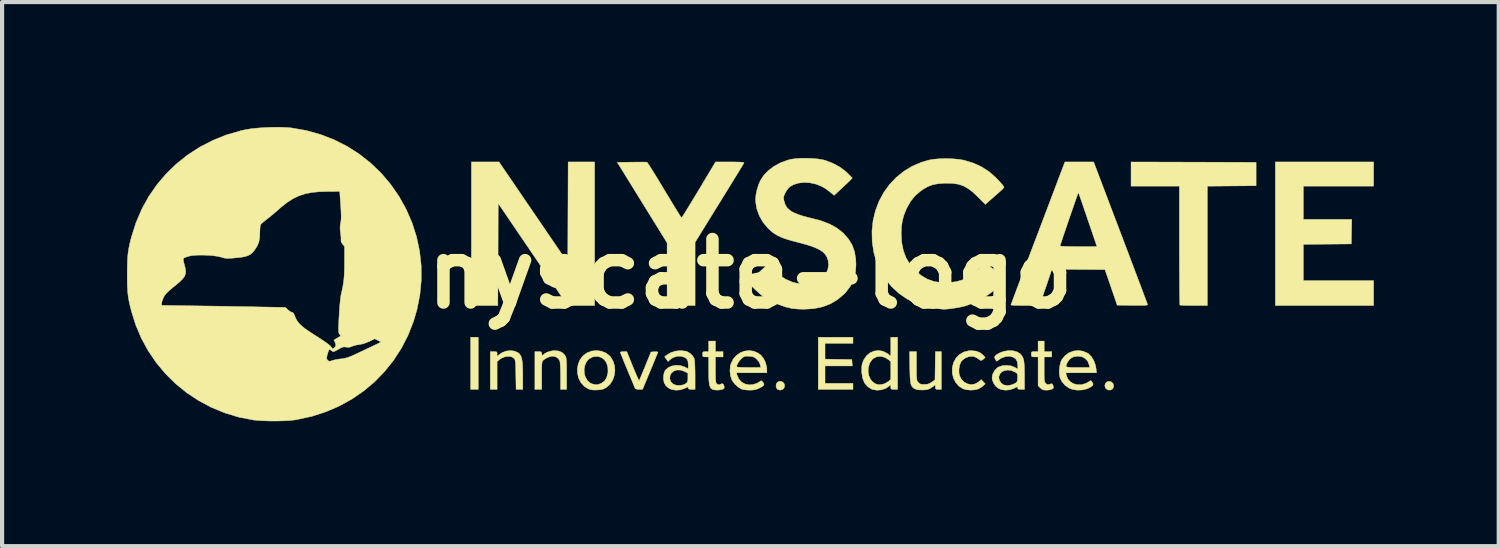
<source format=kicad_pcb>
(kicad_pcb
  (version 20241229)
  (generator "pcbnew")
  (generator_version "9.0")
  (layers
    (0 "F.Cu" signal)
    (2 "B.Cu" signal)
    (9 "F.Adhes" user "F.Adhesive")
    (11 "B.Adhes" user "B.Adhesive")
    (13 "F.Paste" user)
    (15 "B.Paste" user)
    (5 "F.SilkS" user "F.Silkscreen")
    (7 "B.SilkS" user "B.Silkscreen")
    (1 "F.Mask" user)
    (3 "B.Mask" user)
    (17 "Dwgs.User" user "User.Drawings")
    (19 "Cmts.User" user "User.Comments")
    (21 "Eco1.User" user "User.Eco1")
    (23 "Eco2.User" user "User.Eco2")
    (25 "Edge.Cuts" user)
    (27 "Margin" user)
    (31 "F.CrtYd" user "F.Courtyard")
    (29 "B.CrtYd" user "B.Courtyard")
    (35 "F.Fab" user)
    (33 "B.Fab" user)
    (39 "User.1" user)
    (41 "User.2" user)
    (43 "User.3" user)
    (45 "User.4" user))
  (footprint "nyscate-logo"
    (layer "F.Cu")
    (at 14.964 3.524)
    (property "Reference" "nyscate-logo" (at 0 0 0) (layer "F.SilkS") (effects (font (size 1.524 1.524) (thickness 0.3))))
    (attr through_hole)
    (fp_poly (pts (xy -6.531 2.776) (xy -6.713 2.776) (xy -6.713 1.524) (xy -6.531 1.524) (xy -6.531 2.776)) (stroke (width 0.01) (type solid)) (fill yes) (layer "F.SilkS"))
    (fp_poly (pts (xy -5.207 -1.476) (xy -4.381 -0.266) (xy -4.372 -2.685) (xy -3.737 -2.685) (xy -3.737 0.762) (xy -4.383 0.762) (xy -6.051 -1.691) (xy -6.055 -0.464) (xy -6.06 0.762) (xy -6.695 0.762) (xy -6.695 -2.685) (xy -6.032 -2.685) (xy -5.207 -1.476)) (stroke (width 0.01) (type solid)) (fill yes) (layer "F.SilkS"))
    (fp_poly (pts (xy 2.467 1.669) (xy 1.796 1.669) (xy 1.796 2.049) (xy 2.118 2.054) (xy 2.44 2.059) (xy 2.451 2.213) (xy 1.796 2.213) (xy 1.796 2.631) (xy 2.467 2.631) (xy 2.467 2.776) (xy 1.633 2.776) (xy 1.633 1.524) (xy 2.467 1.524) (xy 2.467 1.669)) (stroke (width 0.01) (type solid)) (fill yes) (layer "F.SilkS"))
    (fp_poly (pts (xy 0.75 2.583) (xy 0.792 2.608) (xy 0.82 2.65) (xy 0.827 2.701) (xy 0.808 2.75) (xy 0.766 2.784) (xy 0.712 2.794) (xy 0.659 2.777) (xy 0.645 2.765) (xy 0.621 2.719) (xy 0.621 2.662) (xy 0.644 2.613) (xy 0.65 2.606) (xy 0.7 2.58) (xy 0.75 2.583)) (stroke (width 0.01) (type solid)) (fill yes) (layer "F.SilkS"))
    (fp_poly (pts (xy 8.656 2.589) (xy 8.68 2.601) (xy 8.717 2.644) (xy 8.727 2.699) (xy 8.71 2.751) (xy 8.698 2.765) (xy 8.649 2.792) (xy 8.593 2.79) (xy 8.545 2.762) (xy 8.534 2.747) (xy 8.514 2.692) (xy 8.524 2.641) (xy 8.555 2.602) (xy 8.602 2.582) (xy 8.656 2.589)) (stroke (width 0.01) (type solid)) (fill yes) (layer "F.SilkS"))
    (fp_poly (pts (xy 14.968 -2.105) (xy 13.281 -2.105) (xy 13.281 -1.306) (xy 14.443 -1.306) (xy 14.438 -1.011) (xy 14.433 -0.717) (xy 13.857 -0.712) (xy 13.281 -0.707) (xy 13.281 0.163) (xy 14.968 0.163) (xy 14.968 0.762) (xy 12.609 0.762) (xy 12.609 -2.685) (xy 14.968 -2.685) (xy 14.968 -2.105)) (stroke (width 0.01) (type solid)) (fill yes) (layer "F.SilkS"))
    (fp_poly (pts (xy 10.645 -2.681) (xy 12.147 -2.676) (xy 12.147 -2.114) (xy 10.976 -2.104) (xy 10.976 0.762) (xy 10.653 0.762) (xy 10.548 0.761) (xy 10.456 0.76) (xy 10.383 0.757) (xy 10.334 0.753) (xy 10.317 0.75) (xy 10.315 0.73) (xy 10.314 0.677) (xy 10.312 0.593) (xy 10.31 0.481) (xy 10.309 0.344) (xy 10.308 0.185) (xy 10.307 0.006) (xy 10.306 -0.19) (xy 10.305 -0.4) (xy 10.305 -0.621) (xy 10.305 -0.683) (xy 10.305 -2.105) (xy 9.144 -2.105) (xy 9.144 -2.685) (xy 10.645 -2.681)) (stroke (width 0.01) (type solid)) (fill yes) (layer "F.SilkS"))
    (fp_poly (pts (xy -5.661 1.856) (xy -5.579 1.892) (xy -5.551 1.914) (xy -5.522 1.949) (xy -5.5 1.993) (xy -5.483 2.051) (xy -5.472 2.128) (xy -5.465 2.228) (xy -5.462 2.357) (xy -5.461 2.459) (xy -5.461 2.776) (xy -5.622 2.776) (xy -5.628 2.424) (xy -5.63 2.301) (xy -5.633 2.209) (xy -5.636 2.142) (xy -5.642 2.097) (xy -5.649 2.066) (xy -5.659 2.046) (xy -5.668 2.034) (xy -5.725 1.996) (xy -5.8 1.982) (xy -5.883 1.991) (xy -5.966 2.023) (xy -6.023 2.061) (xy -6.078 2.108) (xy -6.078 2.776) (xy -6.241 2.776) (xy -6.241 1.869) (xy -6.16 1.869) (xy -6.109 1.87) (xy -6.086 1.879) (xy -6.078 1.903) (xy -6.078 1.926) (xy -6.078 1.984) (xy -6.037 1.947) (xy -5.953 1.89) (xy -5.857 1.855) (xy -5.756 1.844) (xy -5.661 1.856)) (stroke (width 0.01) (type solid)) (fill yes) (layer "F.SilkS"))
    (fp_poly (pts (xy 7.058 1.869) (xy 7.239 1.869) (xy 7.239 1.996) (xy 7.058 1.996) (xy 7.058 2.295) (xy 7.058 2.406) (xy 7.059 2.487) (xy 7.062 2.544) (xy 7.067 2.582) (xy 7.076 2.606) (xy 7.088 2.624) (xy 7.096 2.632) (xy 7.128 2.657) (xy 7.165 2.66) (xy 7.219 2.643) (xy 7.223 2.641) (xy 7.248 2.642) (xy 7.268 2.673) (xy 7.272 2.684) (xy 7.282 2.725) (xy 7.272 2.751) (xy 7.252 2.766) (xy 7.207 2.784) (xy 7.14 2.793) (xy 7.116 2.794) (xy 7.053 2.791) (xy 7.011 2.778) (xy 6.974 2.749) (xy 6.965 2.741) (xy 6.912 2.688) (xy 6.912 1.996) (xy 6.831 1.996) (xy 6.781 1.994) (xy 6.757 1.985) (xy 6.75 1.96) (xy 6.749 1.932) (xy 6.751 1.893) (xy 6.763 1.875) (xy 6.794 1.869) (xy 6.831 1.869) (xy 6.912 1.869) (xy 6.912 1.615) (xy 7.058 1.615) (xy 7.058 1.869)) (stroke (width 0.01) (type solid)) (fill yes) (layer "F.SilkS"))
    (fp_poly (pts (xy 3.991 2.212) (xy 3.992 2.332) (xy 3.992 2.421) (xy 3.995 2.485) (xy 3.999 2.529) (xy 4.005 2.56) (xy 4.015 2.581) (xy 4.029 2.6) (xy 4.035 2.606) (xy 4.065 2.636) (xy 4.1 2.651) (xy 4.151 2.656) (xy 4.179 2.657) (xy 4.249 2.652) (xy 4.304 2.635) (xy 4.358 2.602) (xy 4.436 2.547) (xy 4.446 1.869) (xy 4.59 1.869) (xy 4.59 2.776) (xy 4.518 2.776) (xy 4.471 2.774) (xy 4.45 2.762) (xy 4.445 2.733) (xy 4.445 2.722) (xy 4.445 2.668) (xy 4.362 2.726) (xy 4.312 2.758) (xy 4.265 2.777) (xy 4.207 2.786) (xy 4.149 2.79) (xy 4.06 2.789) (xy 3.995 2.779) (xy 3.959 2.765) (xy 3.921 2.743) (xy 3.893 2.718) (xy 3.871 2.685) (xy 3.855 2.638) (xy 3.845 2.574) (xy 3.838 2.488) (xy 3.834 2.374) (xy 3.831 2.245) (xy 3.826 1.869) (xy 3.991 1.869) (xy 3.991 2.212)) (stroke (width 0.01) (type solid)) (fill yes) (layer "F.SilkS"))
    (fp_poly (pts (xy -2.821 2.222) (xy -2.778 2.326) (xy -2.739 2.417) (xy -2.707 2.491) (xy -2.683 2.541) (xy -2.67 2.565) (xy -2.668 2.565) (xy -2.658 2.546) (xy -2.638 2.499) (xy -2.608 2.428) (xy -2.571 2.339) (xy -2.529 2.238) (xy -2.521 2.217) (xy -2.383 1.878) (xy -2.296 1.872) (xy -2.245 1.872) (xy -2.218 1.879) (xy -2.216 1.884) (xy -2.225 1.905) (xy -2.245 1.955) (xy -2.276 2.029) (xy -2.314 2.123) (xy -2.359 2.231) (xy -2.404 2.339) (xy -2.585 2.776) (xy -2.67 2.776) (xy -2.726 2.771) (xy -2.759 2.758) (xy -2.763 2.753) (xy -2.772 2.731) (xy -2.794 2.68) (xy -2.825 2.605) (xy -2.864 2.511) (xy -2.91 2.403) (xy -2.946 2.315) (xy -2.994 2.2) (xy -3.037 2.096) (xy -3.073 2.007) (xy -3.1 1.939) (xy -3.117 1.897) (xy -3.121 1.884) (xy -3.104 1.875) (xy -3.064 1.869) (xy -3.042 1.869) (xy -2.963 1.869) (xy -2.821 2.222)) (stroke (width 0.01) (type solid)) (fill yes) (layer "F.SilkS"))
    (fp_poly (pts (xy -0.835 1.869) (xy -0.653 1.869) (xy -0.653 1.996) (xy -0.835 1.996) (xy -0.835 2.303) (xy -0.834 2.419) (xy -0.832 2.505) (xy -0.829 2.564) (xy -0.823 2.604) (xy -0.814 2.628) (xy -0.806 2.638) (xy -0.772 2.663) (xy -0.736 2.662) (xy -0.704 2.647) (xy -0.668 2.637) (xy -0.643 2.657) (xy -0.626 2.704) (xy -0.624 2.742) (xy -0.647 2.765) (xy -0.662 2.772) (xy -0.716 2.787) (xy -0.786 2.793) (xy -0.854 2.789) (xy -0.907 2.777) (xy -0.913 2.773) (xy -0.942 2.751) (xy -0.963 2.717) (xy -0.979 2.667) (xy -0.989 2.597) (xy -0.995 2.502) (xy -0.998 2.377) (xy -0.998 2.314) (xy -0.998 1.996) (xy -1.07 1.996) (xy -1.117 1.994) (xy -1.138 1.982) (xy -1.143 1.951) (xy -1.143 1.932) (xy -1.141 1.892) (xy -1.127 1.873) (xy -1.092 1.869) (xy -1.07 1.869) (xy -0.998 1.869) (xy -0.998 1.615) (xy -0.835 1.615) (xy -0.835 1.869)) (stroke (width 0.01) (type solid)) (fill yes) (layer "F.SilkS"))
    (fp_poly (pts (xy 5.423 1.857) (xy 5.515 1.892) (xy 5.585 1.947) (xy 5.643 2.007) (xy 5.597 2.051) (xy 5.557 2.079) (xy 5.528 2.078) (xy 5.526 2.077) (xy 5.461 2.031) (xy 5.413 2.004) (xy 5.37 1.989) (xy 5.336 1.983) (xy 5.252 1.988) (xy 5.168 2.02) (xy 5.095 2.073) (xy 5.061 2.115) (xy 5.029 2.192) (xy 5.013 2.286) (xy 5.013 2.382) (xy 5.025 2.442) (xy 5.07 2.532) (xy 5.136 2.6) (xy 5.216 2.643) (xy 5.303 2.66) (xy 5.391 2.647) (xy 5.474 2.604) (xy 5.488 2.593) (xy 5.546 2.541) (xy 5.643 2.642) (xy 5.593 2.69) (xy 5.54 2.73) (xy 5.48 2.764) (xy 5.475 2.766) (xy 5.394 2.787) (xy 5.296 2.793) (xy 5.197 2.785) (xy 5.114 2.763) (xy 5.107 2.76) (xy 5.009 2.697) (xy 4.933 2.608) (xy 4.879 2.502) (xy 4.851 2.383) (xy 4.851 2.258) (xy 4.881 2.134) (xy 4.941 2.023) (xy 5.025 1.937) (xy 5.131 1.877) (xy 5.252 1.847) (xy 5.308 1.845) (xy 5.423 1.857)) (stroke (width 0.01) (type solid)) (fill yes) (layer "F.SilkS"))
    (fp_poly (pts (xy -4.597 1.855) (xy -4.519 1.887) (xy -4.459 1.945) (xy -4.45 1.958) (xy -4.436 1.98) (xy -4.426 2.003) (xy -4.419 2.032) (xy -4.414 2.073) (xy -4.411 2.131) (xy -4.409 2.212) (xy -4.409 2.32) (xy -4.409 2.398) (xy -4.409 2.776) (xy -4.554 2.776) (xy -4.554 2.461) (xy -4.555 2.344) (xy -4.558 2.241) (xy -4.564 2.159) (xy -4.57 2.104) (xy -4.574 2.089) (xy -4.612 2.032) (xy -4.672 1.992) (xy -4.744 1.978) (xy -4.81 1.989) (xy -4.885 2.019) (xy -4.95 2.059) (xy -4.966 2.072) (xy -4.981 2.087) (xy -4.991 2.105) (xy -4.999 2.13) (xy -5.003 2.169) (xy -5.006 2.227) (xy -5.007 2.31) (xy -5.007 2.422) (xy -5.007 2.443) (xy -5.007 2.776) (xy -5.171 2.776) (xy -5.171 1.869) (xy -5.089 1.869) (xy -5.039 1.871) (xy -5.015 1.88) (xy -5.008 1.902) (xy -5.007 1.914) (xy -4.999 1.95) (xy -4.981 1.959) (xy -4.962 1.941) (xy -4.926 1.909) (xy -4.866 1.88) (xy -4.792 1.857) (xy -4.718 1.845) (xy -4.699 1.845) (xy -4.597 1.855)) (stroke (width 0.01) (type solid)) (fill yes) (layer "F.SilkS"))
    (fp_poly (pts (xy -0.362 -2.685) (xy -0.27 -2.683) (xy -0.206 -2.68) (xy -0.168 -2.675) (xy -0.151 -2.668) (xy -0.15 -2.662) (xy -0.161 -2.643) (xy -0.189 -2.596) (xy -0.233 -2.524) (xy -0.291 -2.428) (xy -0.362 -2.313) (xy -0.443 -2.181) (xy -0.534 -2.034) (xy -0.632 -1.875) (xy -0.735 -1.707) (xy -0.742 -1.698) (xy -1.324 -0.755) (xy -1.324 0.762) (xy -1.996 0.762) (xy -1.996 -0.743) (xy -2.594 -1.709) (xy -3.192 -2.676) (xy -2.844 -2.681) (xy -2.734 -2.682) (xy -2.637 -2.683) (xy -2.558 -2.682) (xy -2.502 -2.681) (xy -2.477 -2.679) (xy -2.477 -2.679) (xy -2.464 -2.662) (xy -2.434 -2.617) (xy -2.39 -2.548) (xy -2.333 -2.458) (xy -2.266 -2.349) (xy -2.19 -2.225) (xy -2.108 -2.089) (xy -2.059 -2.007) (xy -1.974 -1.867) (xy -1.895 -1.736) (xy -1.824 -1.619) (xy -1.762 -1.519) (xy -1.712 -1.438) (xy -1.675 -1.38) (xy -1.654 -1.348) (xy -1.649 -1.343) (xy -1.638 -1.358) (xy -1.61 -1.401) (xy -1.567 -1.469) (xy -1.512 -1.558) (xy -1.446 -1.666) (xy -1.371 -1.789) (xy -1.289 -1.924) (xy -1.235 -2.014) (xy -0.833 -2.685) (xy -0.487 -2.685) (xy -0.362 -2.685)) (stroke (width 0.01) (type solid)) (fill yes) (layer "F.SilkS"))
    (fp_poly (pts (xy 3.538 2.776) (xy 3.456 2.776) (xy 3.406 2.774) (xy 3.382 2.765) (xy 3.375 2.742) (xy 3.375 2.718) (xy 3.375 2.661) (xy 3.334 2.698) (xy 3.249 2.754) (xy 3.146 2.787) (xy 3.038 2.796) (xy 2.937 2.778) (xy 2.912 2.768) (xy 2.816 2.707) (xy 2.744 2.62) (xy 2.698 2.506) (xy 2.677 2.368) (xy 2.677 2.34) (xy 2.831 2.34) (xy 2.847 2.443) (xy 2.888 2.535) (xy 2.932 2.588) (xy 3.004 2.641) (xy 3.08 2.663) (xy 3.169 2.655) (xy 3.197 2.648) (xy 3.258 2.623) (xy 3.316 2.586) (xy 3.32 2.583) (xy 3.375 2.537) (xy 3.375 2.108) (xy 3.319 2.061) (xy 3.231 2.007) (xy 3.138 1.983) (xy 3.046 1.99) (xy 2.963 2.028) (xy 2.929 2.057) (xy 2.872 2.138) (xy 2.839 2.235) (xy 2.831 2.34) (xy 2.677 2.34) (xy 2.676 2.322) (xy 2.678 2.239) (xy 2.685 2.177) (xy 2.701 2.124) (xy 2.727 2.064) (xy 2.728 2.063) (xy 2.793 1.967) (xy 2.877 1.897) (xy 2.975 1.855) (xy 3.079 1.842) (xy 3.185 1.859) (xy 3.285 1.909) (xy 3.307 1.925) (xy 3.375 1.979) (xy 3.375 1.524) (xy 3.538 1.524) (xy 3.538 2.776)) (stroke (width 0.01) (type solid)) (fill yes) (layer "F.SilkS"))
    (fp_poly (pts (xy -3.571 1.859) (xy -3.463 1.903) (xy -3.373 1.973) (xy -3.356 1.993) (xy -3.294 2.094) (xy -3.258 2.208) (xy -3.249 2.328) (xy -3.266 2.448) (xy -3.306 2.559) (xy -3.37 2.656) (xy -3.456 2.73) (xy -3.457 2.731) (xy -3.511 2.761) (xy -3.562 2.778) (xy -3.625 2.787) (xy -3.682 2.79) (xy -3.77 2.79) (xy -3.835 2.781) (xy -3.891 2.762) (xy -3.892 2.761) (xy -3.991 2.696) (xy -4.067 2.61) (xy -4.119 2.508) (xy -4.147 2.396) (xy -4.15 2.297) (xy -3.988 2.297) (xy -3.983 2.392) (xy -3.958 2.482) (xy -3.913 2.559) (xy -3.849 2.619) (xy -3.785 2.647) (xy -3.713 2.663) (xy -3.654 2.659) (xy -3.586 2.634) (xy -3.581 2.632) (xy -3.504 2.58) (xy -3.451 2.502) (xy -3.421 2.398) (xy -3.415 2.35) (xy -3.42 2.236) (xy -3.45 2.139) (xy -3.503 2.062) (xy -3.574 2.01) (xy -3.659 1.984) (xy -3.754 1.99) (xy -3.802 2.004) (xy -3.88 2.051) (xy -3.936 2.12) (xy -3.972 2.205) (xy -3.988 2.297) (xy -4.15 2.297) (xy -4.151 2.28) (xy -4.13 2.167) (xy -4.086 2.061) (xy -4.016 1.97) (xy -3.922 1.899) (xy -3.919 1.898) (xy -3.807 1.855) (xy -3.688 1.843) (xy -3.571 1.859)) (stroke (width 0.01) (type solid)) (fill yes) (layer "F.SilkS"))
    (fp_poly (pts (xy 7.989 1.858) (xy 8.098 1.905) (xy 8.125 1.923) (xy 8.192 1.991) (xy 8.249 2.084) (xy 8.289 2.192) (xy 8.304 2.275) (xy 8.315 2.377) (xy 7.579 2.377) (xy 7.591 2.436) (xy 7.625 2.523) (xy 7.684 2.592) (xy 7.763 2.639) (xy 7.855 2.663) (xy 7.954 2.662) (xy 8.054 2.634) (xy 8.131 2.592) (xy 8.166 2.57) (xy 8.185 2.57) (xy 8.206 2.594) (xy 8.208 2.598) (xy 8.232 2.642) (xy 8.228 2.675) (xy 8.192 2.708) (xy 8.191 2.709) (xy 8.093 2.76) (xy 7.976 2.789) (xy 7.853 2.794) (xy 7.734 2.775) (xy 7.658 2.746) (xy 7.558 2.677) (xy 7.48 2.583) (xy 7.437 2.491) (xy 7.422 2.407) (xy 7.421 2.306) (xy 7.434 2.202) (xy 7.435 2.202) (xy 7.585 2.202) (xy 7.588 2.224) (xy 7.61 2.239) (xy 7.654 2.246) (xy 7.726 2.249) (xy 7.829 2.25) (xy 7.867 2.25) (xy 8.151 2.25) (xy 8.139 2.192) (xy 8.104 2.1) (xy 8.043 2.033) (xy 7.959 1.991) (xy 7.865 1.978) (xy 7.765 1.992) (xy 7.685 2.037) (xy 7.626 2.111) (xy 7.621 2.121) (xy 7.597 2.168) (xy 7.585 2.202) (xy 7.435 2.202) (xy 7.459 2.11) (xy 7.481 2.063) (xy 7.556 1.968) (xy 7.651 1.898) (xy 7.759 1.856) (xy 7.874 1.841) (xy 7.989 1.858)) (stroke (width 0.01) (type solid)) (fill yes) (layer "F.SilkS"))
    (fp_poly (pts (xy 0.089 1.86) (xy 0.195 1.908) (xy 0.256 1.954) (xy 0.318 2.031) (xy 0.366 2.129) (xy 0.394 2.236) (xy 0.399 2.296) (xy 0.399 2.377) (xy -0.331 2.377) (xy -0.318 2.427) (xy -0.276 2.524) (xy -0.209 2.599) (xy -0.12 2.648) (xy -0.016 2.667) (xy -0.009 2.667) (xy 0.079 2.656) (xy 0.165 2.628) (xy 0.233 2.588) (xy 0.238 2.584) (xy 0.261 2.568) (xy 0.281 2.576) (xy 0.306 2.605) (xy 0.328 2.64) (xy 0.329 2.668) (xy 0.306 2.695) (xy 0.254 2.727) (xy 0.213 2.748) (xy 0.152 2.774) (xy 0.092 2.788) (xy 0.018 2.793) (xy -0.017 2.793) (xy -0.093 2.79) (xy -0.161 2.781) (xy -0.209 2.769) (xy -0.21 2.768) (xy -0.29 2.72) (xy -0.368 2.649) (xy -0.428 2.571) (xy -0.439 2.551) (xy -0.473 2.451) (xy -0.487 2.335) (xy -0.479 2.231) (xy -0.327 2.231) (xy -0.309 2.239) (xy -0.256 2.245) (xy -0.17 2.248) (xy -0.053 2.25) (xy -0.036 2.25) (xy 0.255 2.25) (xy 0.243 2.2) (xy 0.225 2.142) (xy 0.198 2.097) (xy 0.153 2.048) (xy 0.146 2.042) (xy 0.108 2.011) (xy 0.066 1.993) (xy 0.007 1.983) (xy -0.025 1.981) (xy -0.089 1.978) (xy -0.132 1.983) (xy -0.166 2) (xy -0.205 2.032) (xy -0.209 2.034) (xy -0.26 2.09) (xy -0.301 2.153) (xy -0.324 2.211) (xy -0.327 2.231) (xy -0.479 2.231) (xy -0.478 2.219) (xy -0.462 2.158) (xy -0.409 2.047) (xy -0.332 1.959) (xy -0.238 1.894) (xy -0.133 1.855) (xy -0.022 1.843) (xy 0.089 1.86)) (stroke (width 0.01) (type solid)) (fill yes) (layer "F.SilkS"))
    (fp_poly (pts (xy -1.545 1.859) (xy -1.522 1.866) (xy -1.445 1.909) (xy -1.379 1.975) (xy -1.344 2.038) (xy -1.337 2.073) (xy -1.332 2.14) (xy -1.328 2.231) (xy -1.325 2.34) (xy -1.324 2.432) (xy -1.324 2.776) (xy -1.406 2.776) (xy -1.457 2.773) (xy -1.482 2.763) (xy -1.488 2.742) (xy -1.49 2.724) (xy -1.503 2.72) (xy -1.534 2.732) (xy -1.572 2.751) (xy -1.676 2.787) (xy -1.786 2.795) (xy -1.89 2.777) (xy -1.953 2.749) (xy -2.026 2.688) (xy -2.069 2.611) (xy -2.083 2.52) (xy -1.932 2.52) (xy -1.907 2.59) (xy -1.85 2.648) (xy -1.843 2.652) (xy -1.776 2.676) (xy -1.694 2.681) (xy -1.613 2.668) (xy -1.546 2.637) (xy -1.546 2.636) (xy -1.518 2.611) (xy -1.503 2.581) (xy -1.497 2.535) (xy -1.497 2.493) (xy -1.497 2.386) (xy -1.578 2.344) (xy -1.668 2.313) (xy -1.755 2.31) (xy -1.831 2.333) (xy -1.891 2.381) (xy -1.923 2.441) (xy -1.932 2.52) (xy -2.083 2.52) (xy -2.084 2.513) (xy -2.083 2.469) (xy -2.07 2.387) (xy -2.046 2.325) (xy -2.04 2.317) (xy -1.974 2.255) (xy -1.887 2.215) (xy -1.786 2.197) (xy -1.682 2.202) (xy -1.582 2.234) (xy -1.572 2.238) (xy -1.488 2.281) (xy -1.488 2.192) (xy -1.494 2.111) (xy -1.515 2.056) (xy -1.557 2.017) (xy -1.578 2.005) (xy -1.665 1.979) (xy -1.761 1.982) (xy -1.853 2.012) (xy -1.926 2.062) (xy -1.973 2.107) (xy -2.015 2.049) (xy -2.056 1.991) (xy -2.012 1.956) (xy -1.909 1.894) (xy -1.79 1.856) (xy -1.664 1.844) (xy -1.545 1.859)) (stroke (width 0.01) (type solid)) (fill yes) (layer "F.SilkS"))
    (fp_poly (pts (xy 6.314 1.849) (xy 6.409 1.876) (xy 6.485 1.924) (xy 6.503 1.943) (xy 6.531 1.981) (xy 6.552 2.024) (xy 6.567 2.078) (xy 6.577 2.148) (xy 6.583 2.239) (xy 6.585 2.358) (xy 6.586 2.454) (xy 6.586 2.776) (xy 6.504 2.776) (xy 6.453 2.773) (xy 6.429 2.764) (xy 6.423 2.742) (xy 6.423 2.74) (xy 6.421 2.72) (xy 6.409 2.716) (xy 6.38 2.727) (xy 6.338 2.749) (xy 6.238 2.785) (xy 6.129 2.795) (xy 6.024 2.779) (xy 5.96 2.753) (xy 5.895 2.7) (xy 5.843 2.625) (xy 5.812 2.543) (xy 5.806 2.495) (xy 5.969 2.495) (xy 5.984 2.56) (xy 6.024 2.621) (xy 6.076 2.664) (xy 6.085 2.667) (xy 6.168 2.683) (xy 6.262 2.671) (xy 6.333 2.644) (xy 6.379 2.619) (xy 6.403 2.596) (xy 6.414 2.563) (xy 6.419 2.506) (xy 6.419 2.501) (xy 6.421 2.442) (xy 6.415 2.407) (xy 6.397 2.384) (xy 6.364 2.362) (xy 6.278 2.324) (xy 6.191 2.311) (xy 6.111 2.322) (xy 6.043 2.354) (xy 5.994 2.405) (xy 5.97 2.473) (xy 5.969 2.495) (xy 5.806 2.495) (xy 5.822 2.409) (xy 5.866 2.326) (xy 5.931 2.259) (xy 5.969 2.235) (xy 6.059 2.205) (xy 6.163 2.198) (xy 6.266 2.212) (xy 6.354 2.247) (xy 6.357 2.249) (xy 6.423 2.289) (xy 6.423 2.207) (xy 6.414 2.118) (xy 6.384 2.055) (xy 6.332 2.011) (xy 6.318 2.004) (xy 6.229 1.98) (xy 6.131 1.987) (xy 6.035 2.022) (xy 5.996 2.046) (xy 5.917 2.102) (xy 5.886 2.055) (xy 5.868 2.016) (xy 5.873 1.983) (xy 5.903 1.95) (xy 5.964 1.913) (xy 5.993 1.898) (xy 6.097 1.86) (xy 6.207 1.844) (xy 6.314 1.849)) (stroke (width 0.01) (type solid)) (fill yes) (layer "F.SilkS"))
    (fp_poly (pts (xy 7.901 -2.685) (xy 8.246 -2.685) (xy 8.89 -0.987) (xy 8.98 -0.75) (xy 9.067 -0.522) (xy 9.148 -0.305) (xy 9.225 -0.103) (xy 9.295 0.083) (xy 9.359 0.251) (xy 9.414 0.397) (xy 9.46 0.521) (xy 9.497 0.618) (xy 9.523 0.688) (xy 9.537 0.728) (xy 9.54 0.736) (xy 9.538 0.745) (xy 9.523 0.752) (xy 9.491 0.756) (xy 9.439 0.759) (xy 9.362 0.759) (xy 9.255 0.759) (xy 9.179 0.758) (xy 8.811 0.753) (xy 8.665 0.327) (xy 8.518 -0.1) (xy 7.242 -0.109) (xy 7.184 0.068) (xy 7.155 0.153) (xy 7.119 0.26) (xy 7.079 0.375) (xy 7.041 0.487) (xy 7.035 0.503) (xy 6.945 0.762) (xy 6.602 0.762) (xy 6.495 0.761) (xy 6.402 0.759) (xy 6.327 0.757) (xy 6.278 0.753) (xy 6.259 0.749) (xy 6.259 0.748) (xy 6.265 0.73) (xy 6.284 0.68) (xy 6.313 0.6) (xy 6.353 0.494) (xy 6.402 0.362) (xy 6.46 0.209) (xy 6.526 0.035) (xy 6.598 -0.157) (xy 6.677 -0.365) (xy 6.76 -0.586) (xy 6.791 -0.668) (xy 7.439 -0.668) (xy 7.456 -0.664) (xy 7.505 -0.66) (xy 7.58 -0.657) (xy 7.676 -0.655) (xy 7.79 -0.653) (xy 7.882 -0.653) (xy 8.326 -0.653) (xy 8.104 -1.305) (xy 8.055 -1.45) (xy 8.009 -1.584) (xy 7.968 -1.703) (xy 7.933 -1.803) (xy 7.906 -1.88) (xy 7.888 -1.931) (xy 7.879 -1.952) (xy 7.879 -1.952) (xy 7.872 -1.934) (xy 7.855 -1.887) (xy 7.829 -1.814) (xy 7.796 -1.72) (xy 7.759 -1.611) (xy 7.717 -1.491) (xy 7.673 -1.364) (xy 7.629 -1.235) (xy 7.586 -1.109) (xy 7.546 -0.99) (xy 7.509 -0.884) (xy 7.479 -0.793) (xy 7.456 -0.724) (xy 7.442 -0.681) (xy 7.439 -0.668) (xy 6.791 -0.668) (xy 6.848 -0.818) (xy 6.908 -0.975) (xy 7.556 -2.685) (xy 7.901 -2.685)) (stroke (width 0.01) (type solid)) (fill yes) (layer "F.SilkS"))
    (fp_poly (pts (xy 4.86 -2.761) (xy 5.002 -2.749) (xy 5.122 -2.729) (xy 5.139 -2.725) (xy 5.359 -2.658) (xy 5.553 -2.569) (xy 5.729 -2.456) (xy 5.893 -2.314) (xy 5.95 -2.255) (xy 6.007 -2.193) (xy 6.054 -2.138) (xy 6.084 -2.098) (xy 6.095 -2.079) (xy 6.081 -2.059) (xy 6.047 -2.022) (xy 5.997 -1.976) (xy 5.981 -1.962) (xy 5.908 -1.898) (xy 5.826 -1.826) (xy 5.757 -1.766) (xy 5.645 -1.667) (xy 5.467 -1.846) (xy 5.343 -1.963) (xy 5.228 -2.05) (xy 5.115 -2.112) (xy 4.994 -2.151) (xy 4.859 -2.171) (xy 4.701 -2.175) (xy 4.645 -2.173) (xy 4.502 -2.162) (xy 4.382 -2.138) (xy 4.273 -2.098) (xy 4.164 -2.037) (xy 4.092 -1.988) (xy 3.961 -1.876) (xy 3.852 -1.742) (xy 3.76 -1.58) (xy 3.755 -1.569) (xy 3.695 -1.423) (xy 3.655 -1.285) (xy 3.633 -1.14) (xy 3.626 -0.976) (xy 3.626 -0.962) (xy 3.638 -0.748) (xy 3.676 -0.559) (xy 3.739 -0.389) (xy 3.831 -0.235) (xy 3.952 -0.091) (xy 3.956 -0.087) (xy 4.1 0.038) (xy 4.252 0.128) (xy 4.417 0.186) (xy 4.597 0.213) (xy 4.772 0.211) (xy 4.951 0.188) (xy 5.108 0.143) (xy 5.25 0.073) (xy 5.386 -0.025) (xy 5.491 -0.124) (xy 5.64 -0.275) (xy 5.868 -0.08) (xy 5.944 -0.014) (xy 6.009 0.044) (xy 6.059 0.09) (xy 6.089 0.12) (xy 6.096 0.129) (xy 6.085 0.148) (xy 6.057 0.187) (xy 6.018 0.238) (xy 6.015 0.242) (xy 5.91 0.35) (xy 5.778 0.458) (xy 5.625 0.561) (xy 5.459 0.652) (xy 5.287 0.729) (xy 5.177 0.768) (xy 5.104 0.787) (xy 5.011 0.807) (xy 4.908 0.824) (xy 4.806 0.838) (xy 4.716 0.848) (xy 4.647 0.851) (xy 4.629 0.85) (xy 4.597 0.847) (xy 4.541 0.842) (xy 4.471 0.834) (xy 4.457 0.833) (xy 4.215 0.79) (xy 3.985 0.714) (xy 3.772 0.609) (xy 3.576 0.475) (xy 3.402 0.316) (xy 3.251 0.134) (xy 3.126 -0.07) (xy 3.029 -0.292) (xy 2.966 -0.517) (xy 2.928 -0.777) (xy 2.923 -1.032) (xy 2.95 -1.279) (xy 3.007 -1.516) (xy 3.092 -1.74) (xy 3.204 -1.949) (xy 3.342 -2.141) (xy 3.504 -2.312) (xy 3.688 -2.461) (xy 3.892 -2.584) (xy 4.117 -2.68) (xy 4.305 -2.734) (xy 4.419 -2.752) (xy 4.557 -2.763) (xy 4.708 -2.766) (xy 4.86 -2.761)) (stroke (width 0.01) (type solid)) (fill yes) (layer "F.SilkS"))
    (fp_poly (pts (xy 1.512 -2.768) (xy 1.644 -2.755) (xy 1.756 -2.735) (xy 1.805 -2.722) (xy 1.991 -2.65) (xy 2.158 -2.559) (xy 2.298 -2.453) (xy 2.337 -2.416) (xy 2.451 -2.3) (xy 2.409 -2.255) (xy 2.38 -2.225) (xy 2.331 -2.178) (xy 2.268 -2.119) (xy 2.199 -2.054) (xy 2.191 -2.047) (xy 2.015 -1.884) (xy 1.911 -1.968) (xy 1.845 -2.019) (xy 1.774 -2.066) (xy 1.72 -2.097) (xy 1.581 -2.153) (xy 1.435 -2.185) (xy 1.291 -2.193) (xy 1.154 -2.177) (xy 1.033 -2.138) (xy 0.947 -2.086) (xy 0.907 -2.044) (xy 0.864 -1.985) (xy 0.841 -1.944) (xy 0.814 -1.886) (xy 0.802 -1.843) (xy 0.803 -1.799) (xy 0.812 -1.748) (xy 0.843 -1.652) (xy 0.893 -1.577) (xy 0.972 -1.51) (xy 0.982 -1.502) (xy 1.053 -1.464) (xy 1.152 -1.424) (xy 1.271 -1.385) (xy 1.402 -1.35) (xy 1.47 -1.334) (xy 1.699 -1.274) (xy 1.898 -1.198) (xy 2.069 -1.106) (xy 2.213 -0.996) (xy 2.248 -0.963) (xy 2.362 -0.831) (xy 2.447 -0.691) (xy 2.503 -0.537) (xy 2.533 -0.364) (xy 2.54 -0.216) (xy 2.526 -0.029) (xy 2.483 0.139) (xy 2.408 0.293) (xy 2.3 0.437) (xy 2.25 0.49) (xy 2.095 0.621) (xy 1.924 0.722) (xy 1.735 0.794) (xy 1.526 0.837) (xy 1.295 0.851) (xy 1.27 0.85) (xy 1.181 0.848) (xy 1.092 0.842) (xy 1.02 0.835) (xy 1.001 0.832) (xy 0.854 0.798) (xy 0.694 0.743) (xy 0.534 0.674) (xy 0.387 0.595) (xy 0.327 0.557) (xy 0.281 0.522) (xy 0.224 0.474) (xy 0.161 0.418) (xy 0.098 0.359) (xy 0.041 0.303) (xy -0.004 0.256) (xy -0.031 0.223) (xy -0.036 0.212) (xy -0.029 0.199) (xy -0.008 0.174) (xy 0.031 0.134) (xy 0.09 0.078) (xy 0.17 0.003) (xy 0.275 -0.092) (xy 0.332 -0.145) (xy 0.419 -0.224) (xy 0.541 -0.105) (xy 0.691 0.026) (xy 0.845 0.127) (xy 0.998 0.195) (xy 1.021 0.202) (xy 1.092 0.221) (xy 1.161 0.232) (xy 1.24 0.235) (xy 1.33 0.233) (xy 1.421 0.228) (xy 1.488 0.221) (xy 1.541 0.208) (xy 1.593 0.187) (xy 1.624 0.172) (xy 1.731 0.101) (xy 1.811 0.009) (xy 1.862 -0.097) (xy 1.881 -0.214) (xy 1.869 -0.326) (xy 1.842 -0.402) (xy 1.8 -0.469) (xy 1.739 -0.529) (xy 1.655 -0.583) (xy 1.546 -0.633) (xy 1.409 -0.682) (xy 1.24 -0.73) (xy 1.149 -0.754) (xy 0.983 -0.797) (xy 0.848 -0.839) (xy 0.736 -0.881) (xy 0.642 -0.927) (xy 0.559 -0.979) (xy 0.483 -1.041) (xy 0.425 -1.096) (xy 0.307 -1.237) (xy 0.217 -1.395) (xy 0.157 -1.563) (xy 0.129 -1.736) (xy 0.128 -1.787) (xy 0.137 -1.89) (xy 0.161 -2.009) (xy 0.197 -2.129) (xy 0.238 -2.229) (xy 0.32 -2.358) (xy 0.433 -2.477) (xy 0.57 -2.58) (xy 0.726 -2.665) (xy 0.896 -2.728) (xy 0.988 -2.751) (xy 1.098 -2.766) (xy 1.229 -2.774) (xy 1.37 -2.774) (xy 1.512 -2.768)) (stroke (width 0.01) (type solid)) (fill yes) (layer "F.SilkS"))
    (fp_poly (pts (xy -11.134 -3.513) (xy -11.019 -3.503) (xy -10.663 -3.441) (xy -10.321 -3.346) (xy -9.993 -3.219) (xy -9.681 -3.062) (xy -9.388 -2.875) (xy -9.115 -2.66) (xy -8.864 -2.419) (xy -8.636 -2.151) (xy -8.434 -1.86) (xy -8.262 -1.551) (xy -8.119 -1.223) (xy -8.012 -0.887) (xy -7.939 -0.544) (xy -7.901 -0.197) (xy -7.899 0.153) (xy -7.932 0.504) (xy -8.001 0.853) (xy -8.085 1.143) (xy -8.215 1.474) (xy -8.375 1.786) (xy -8.564 2.077) (xy -8.779 2.346) (xy -9.018 2.593) (xy -9.281 2.814) (xy -9.566 3.009) (xy -9.87 3.177) (xy -10.192 3.315) (xy -10.53 3.424) (xy -10.883 3.5) (xy -10.949 3.511) (xy -11.062 3.523) (xy -11.201 3.531) (xy -11.355 3.535) (xy -11.516 3.535) (xy -11.672 3.53) (xy -11.815 3.522) (xy -11.933 3.51) (xy -11.938 3.509) (xy -12.286 3.441) (xy -12.621 3.339) (xy -12.941 3.207) (xy -13.245 3.045) (xy -13.531 2.856) (xy -13.797 2.64) (xy -14.04 2.4) (xy -14.26 2.137) (xy -14.337 2.023) (xy -10.172 2.023) (xy -10.167 2.047) (xy -10.151 2.068) (xy -10.149 2.07) (xy -10.127 2.093) (xy -10.108 2.102) (xy -10.079 2.097) (xy -10.029 2.081) (xy -10.024 2.079) (xy -9.969 2.065) (xy -9.893 2.051) (xy -9.815 2.041) (xy -9.766 2.035) (xy -9.718 2.025) (xy -9.667 2.01) (xy -9.606 1.988) (xy -9.53 1.955) (xy -9.432 1.91) (xy -9.325 1.86) (xy -9.218 1.809) (xy -9.118 1.762) (xy -9.032 1.721) (xy -8.966 1.689) (xy -8.925 1.669) (xy -8.918 1.665) (xy -8.865 1.637) (xy -9.017 1.56) (xy -9.141 1.622) (xy -9.284 1.679) (xy -9.382 1.698) (xy -9.455 1.71) (xy -9.524 1.728) (xy -9.562 1.742) (xy -9.624 1.764) (xy -9.691 1.763) (xy -9.701 1.761) (xy -9.745 1.756) (xy -9.783 1.76) (xy -9.827 1.778) (xy -9.89 1.813) (xy -9.892 1.814) (xy -9.952 1.848) (xy -9.99 1.866) (xy -10.014 1.869) (xy -10.035 1.86) (xy -10.05 1.848) (xy -10.084 1.824) (xy -10.105 1.814) (xy -10.117 1.83) (xy -10.133 1.872) (xy -10.15 1.925) (xy -10.166 1.986) (xy -10.172 2.023) (xy -14.337 2.023) (xy -14.453 1.853) (xy -14.619 1.55) (xy -14.755 1.229) (xy -14.856 0.907) (xy -14.888 0.781) (xy -14.905 0.709) (xy -14.133 0.709) (xy -14.133 0.758) (xy -13.321 0.77) (xy -13.118 0.773) (xy -12.897 0.776) (xy -12.667 0.78) (xy -12.437 0.784) (xy -12.216 0.788) (xy -12.013 0.791) (xy -11.838 0.795) (xy -11.835 0.795) (xy -11.16 0.807) (xy -11.099 0.866) (xy -11.055 0.902) (xy -11.015 0.923) (xy -11.003 0.925) (xy -10.976 0.936) (xy -10.952 0.973) (xy -10.935 1.015) (xy -10.908 1.08) (xy -10.874 1.139) (xy -10.829 1.196) (xy -10.769 1.253) (xy -10.691 1.316) (xy -10.588 1.387) (xy -10.459 1.471) (xy -10.432 1.488) (xy -10.303 1.571) (xy -10.199 1.642) (xy -10.122 1.698) (xy -10.075 1.74) (xy -10.063 1.754) (xy -10.036 1.79) (xy -10.017 1.8) (xy -9.996 1.786) (xy -9.993 1.784) (xy -9.963 1.746) (xy -9.951 1.722) (xy -9.953 1.684) (xy -9.971 1.642) (xy -9.99 1.608) (xy -9.995 1.59) (xy -9.995 1.59) (xy -9.976 1.578) (xy -9.937 1.555) (xy -9.915 1.542) (xy -9.87 1.516) (xy -9.841 1.497) (xy -9.835 1.494) (xy -9.84 1.478) (xy -9.86 1.452) (xy -9.871 1.438) (xy -9.879 1.42) (xy -9.883 1.394) (xy -9.885 1.354) (xy -9.885 1.296) (xy -9.882 1.214) (xy -9.877 1.104) (xy -9.872 1.012) (xy -9.865 0.887) (xy -9.856 0.767) (xy -9.846 0.66) (xy -9.836 0.572) (xy -9.827 0.511) (xy -9.824 0.499) (xy -9.795 0.373) (xy -9.773 0.257) (xy -9.758 0.142) (xy -9.748 0.019) (xy -9.743 -0.122) (xy -9.742 -0.288) (xy -9.742 -0.657) (xy -9.789 -0.713) (xy -9.823 -0.766) (xy -9.827 -0.815) (xy -9.827 -0.815) (xy -9.825 -0.857) (xy -9.83 -0.92) (xy -9.838 -0.983) (xy -9.849 -1.076) (xy -9.846 -1.159) (xy -9.835 -1.221) (xy -9.827 -1.274) (xy -9.822 -1.332) (xy -9.822 -1.402) (xy -9.825 -1.491) (xy -9.831 -1.607) (xy -9.835 -1.658) (xy -9.857 -1.978) (xy -10.113 -1.977) (xy -10.329 -1.971) (xy -10.518 -1.954) (xy -10.684 -1.922) (xy -10.834 -1.873) (xy -10.975 -1.806) (xy -11.114 -1.717) (xy -11.257 -1.605) (xy -11.33 -1.541) (xy -11.409 -1.472) (xy -11.493 -1.401) (xy -11.571 -1.338) (xy -11.616 -1.303) (xy -11.675 -1.257) (xy -11.724 -1.215) (xy -11.753 -1.185) (xy -11.757 -1.179) (xy -11.765 -1.146) (xy -11.771 -1.088) (xy -11.774 -1.014) (xy -11.775 -0.981) (xy -11.78 -0.862) (xy -11.798 -0.766) (xy -11.832 -0.68) (xy -11.887 -0.59) (xy -11.897 -0.576) (xy -11.947 -0.514) (xy -11.999 -0.468) (xy -12.061 -0.435) (xy -12.139 -0.411) (xy -12.24 -0.394) (xy -12.35 -0.383) (xy -12.45 -0.374) (xy -12.522 -0.37) (xy -12.576 -0.371) (xy -12.619 -0.376) (xy -12.661 -0.386) (xy -12.694 -0.397) (xy -12.783 -0.418) (xy -12.896 -0.435) (xy -13.025 -0.445) (xy -13.158 -0.449) (xy -13.284 -0.447) (xy -13.394 -0.438) (xy -13.46 -0.427) (xy -13.526 -0.408) (xy -13.578 -0.389) (xy -13.605 -0.374) (xy -13.606 -0.373) (xy -13.613 -0.344) (xy -13.605 -0.288) (xy -13.589 -0.225) (xy -13.565 -0.134) (xy -13.555 -0.058) (xy -13.562 0.007) (xy -13.587 0.067) (xy -13.634 0.129) (xy -13.705 0.198) (xy -13.802 0.28) (xy -13.824 0.297) (xy -13.914 0.371) (xy -13.979 0.429) (xy -14.026 0.476) (xy -14.06 0.519) (xy -14.085 0.563) (xy -14.086 0.565) (xy -14.112 0.626) (xy -14.129 0.682) (xy -14.133 0.709) (xy -14.905 0.709) (xy -14.913 0.672) (xy -14.931 0.573) (xy -14.944 0.475) (xy -14.952 0.371) (xy -14.957 0.251) (xy -14.959 0.108) (xy -14.959 0.009) (xy -14.958 -0.152) (xy -14.955 -0.284) (xy -14.949 -0.397) (xy -14.939 -0.498) (xy -14.924 -0.595) (xy -14.904 -0.697) (xy -14.876 -0.812) (xy -14.856 -0.889) (xy -14.749 -1.227) (xy -14.611 -1.549) (xy -14.444 -1.853) (xy -14.248 -2.137) (xy -14.026 -2.399) (xy -13.779 -2.638) (xy -13.51 -2.853) (xy -13.219 -3.041) (xy -12.908 -3.202) (xy -12.58 -3.334) (xy -12.235 -3.434) (xy -12.131 -3.458) (xy -11.995 -3.481) (xy -11.833 -3.499) (xy -11.655 -3.511) (xy -11.472 -3.518) (xy -11.295 -3.519) (xy -11.134 -3.513)) (stroke (width 0.01) (type solid)) (fill yes) (layer "F.SilkS")))
  (gr_rect
    (start -3 -3)
    (end 32.937 10.064)
    (stroke (width 0.1) (type default))
    (fill no)
    (layer "Edge.Cuts")))
</source>
